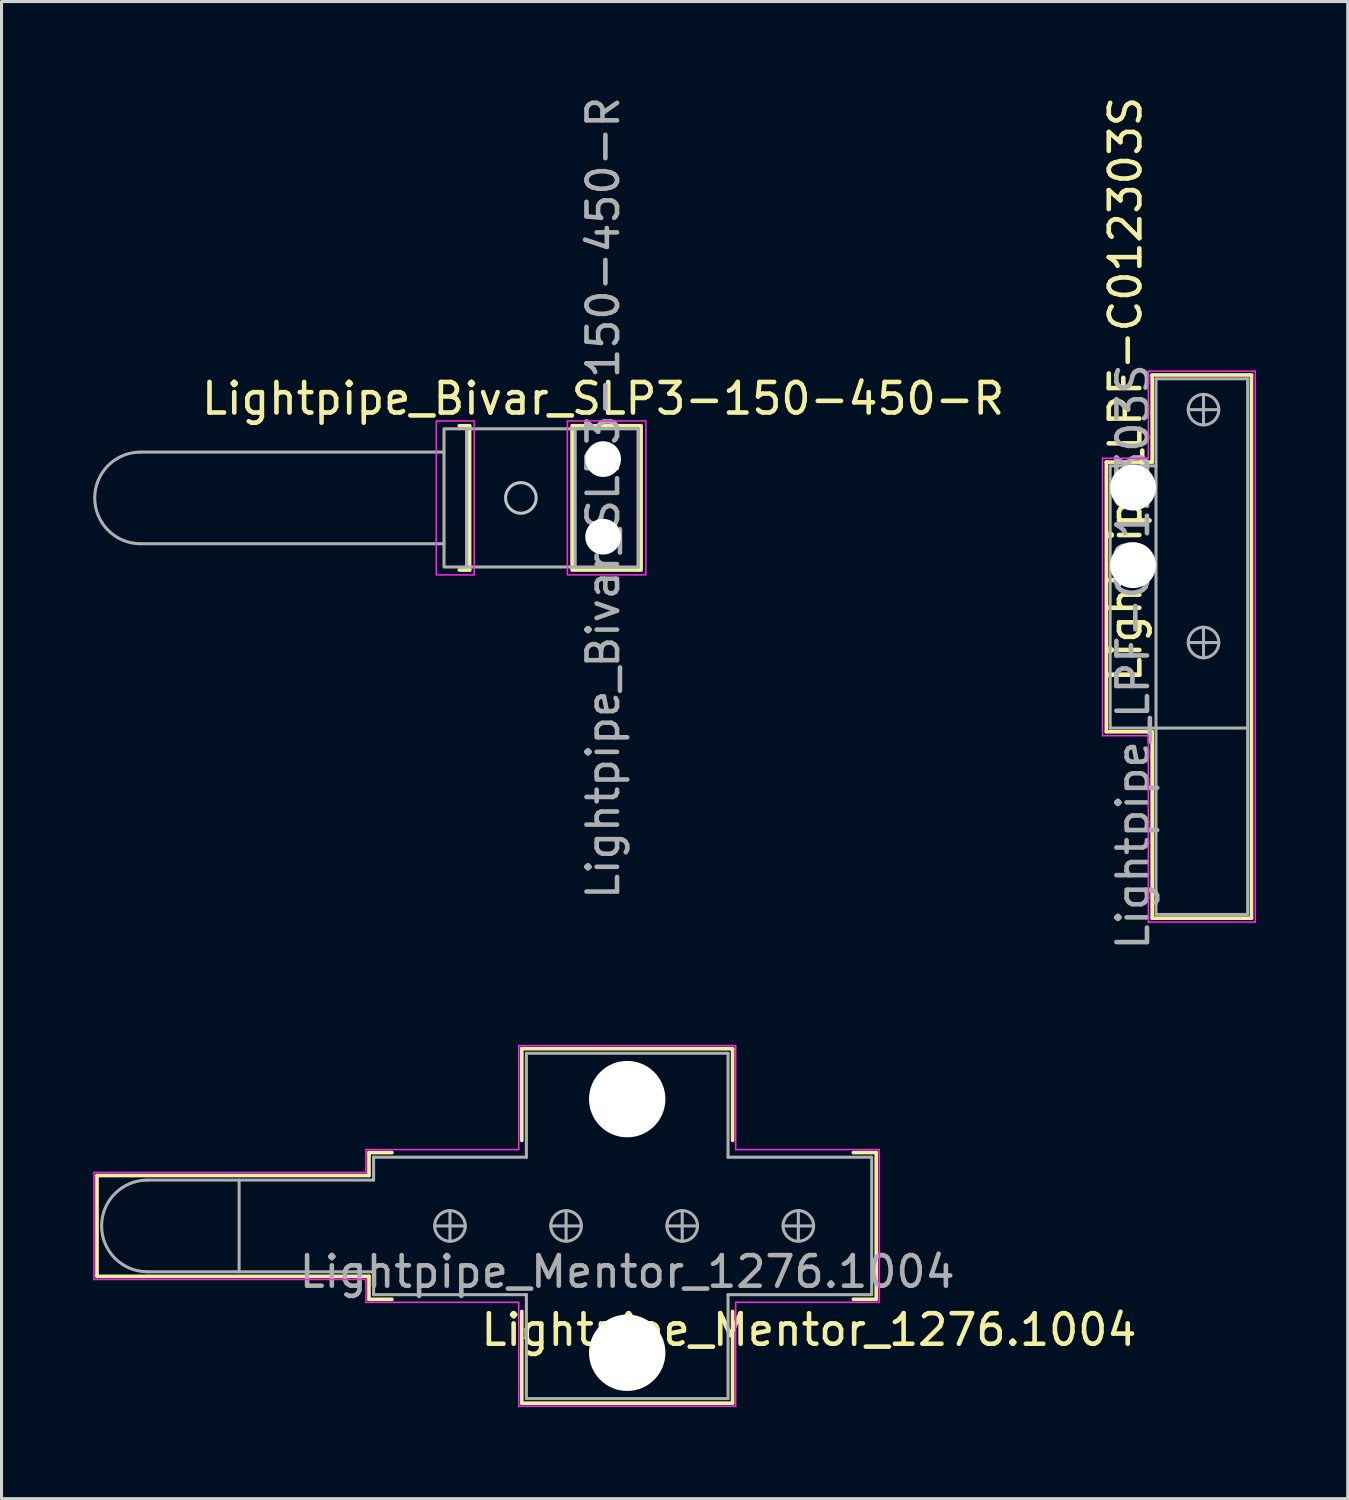
<source format=kicad_pcb>
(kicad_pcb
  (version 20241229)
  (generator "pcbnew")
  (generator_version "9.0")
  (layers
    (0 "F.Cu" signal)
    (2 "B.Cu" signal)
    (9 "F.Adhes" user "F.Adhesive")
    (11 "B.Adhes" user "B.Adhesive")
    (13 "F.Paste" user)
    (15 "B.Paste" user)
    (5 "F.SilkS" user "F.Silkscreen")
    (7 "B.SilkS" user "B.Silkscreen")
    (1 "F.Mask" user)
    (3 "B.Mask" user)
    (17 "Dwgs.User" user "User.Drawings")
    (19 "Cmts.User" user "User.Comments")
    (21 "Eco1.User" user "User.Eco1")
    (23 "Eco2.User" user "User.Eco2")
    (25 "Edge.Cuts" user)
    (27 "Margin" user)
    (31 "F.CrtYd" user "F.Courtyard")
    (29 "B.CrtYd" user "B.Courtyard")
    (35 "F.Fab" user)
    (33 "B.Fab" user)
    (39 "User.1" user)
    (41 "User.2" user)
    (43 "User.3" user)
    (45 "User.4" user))
  (footprint "Lightpipe_Mentor_1276.1004"
    (layer "F.Cu")
    (at 17.475 37.068)
    (property "Reference" "Lightpipe_Mentor_1276.1004" (at 5.95 3.4 0) (layer "F.SilkS") (effects (font (size 1 1) (thickness 0.15))))
    (attr through_hole)
    (fp_line (start -17.35 -1.65) (end -17.35 1.65) (stroke (width 0.12) (type solid)) (layer "F.SilkS"))
    (fp_line (start -17.35 1.65) (end -8.45 1.65) (stroke (width 0.12) (type solid)) (layer "F.SilkS"))
    (fp_line (start -8.45 -2.4) (end -8.45 -1.65) (stroke (width 0.12) (type solid)) (layer "F.SilkS"))
    (fp_line (start -8.45 -2.4) (end -7.7 -2.4) (stroke (width 0.12) (type solid)) (layer "F.SilkS"))
    (fp_line (start -8.45 -1.65) (end -17.35 -1.65) (stroke (width 0.12) (type solid)) (layer "F.SilkS"))
    (fp_line (start -8.45 1.65) (end -8.45 2.4) (stroke (width 0.12) (type solid)) (layer "F.SilkS"))
    (fp_line (start -7.7 2.4) (end -8.45 2.4) (stroke (width 0.12) (type solid)) (layer "F.SilkS"))
    (fp_line (start -3.45 -5.8) (end 3.45 -5.8) (stroke (width 0.12) (type solid)) (layer "F.SilkS"))
    (fp_line (start -3.45 -2.8) (end -3.45 -5.8) (stroke (width 0.12) (type solid)) (layer "F.SilkS"))
    (fp_line (start -3.45 5.8) (end -3.45 2.8) (stroke (width 0.12) (type solid)) (layer "F.SilkS"))
    (fp_line (start 3.45 -5.8) (end 3.45 -2.8) (stroke (width 0.12) (type solid)) (layer "F.SilkS"))
    (fp_line (start 3.45 2.8) (end 3.45 5.8) (stroke (width 0.12) (type solid)) (layer "F.SilkS"))
    (fp_line (start 3.45 5.8) (end -3.45 5.8) (stroke (width 0.12) (type solid)) (layer "F.SilkS"))
    (fp_line (start 7.4 -2.4) (end 8.15 -2.4) (stroke (width 0.12) (type solid)) (layer "F.SilkS"))
    (fp_line (start 8.15 -2.4) (end 8.15 2.4) (stroke (width 0.12) (type solid)) (layer "F.SilkS"))
    (fp_line (start 8.15 2.4) (end 7.4 2.4) (stroke (width 0.12) (type solid)) (layer "F.SilkS"))
    (fp_line (start -17.45 -1.75) (end -8.55 -1.75) (stroke (width 0.05) (type solid)) (layer "F.CrtYd"))
    (fp_line (start -17.45 1.75) (end -17.45 -1.75) (stroke (width 0.05) (type solid)) (layer "F.CrtYd"))
    (fp_line (start -8.55 -1.75) (end -8.55 -2.5) (stroke (width 0.05) (type solid)) (layer "F.CrtYd"))
    (fp_line (start -8.55 1.75) (end -17.45 1.75) (stroke (width 0.05) (type solid)) (layer "F.CrtYd"))
    (fp_line (start -8.55 2.5) (end -8.55 1.75) (stroke (width 0.05) (type solid)) (layer "F.CrtYd"))
    (fp_line (start -8.55 2.5) (end -3.55 2.5) (stroke (width 0.05) (type solid)) (layer "F.CrtYd"))
    (fp_line (start -3.55 -5.9) (end -3.55 -2.5) (stroke (width 0.05) (type solid)) (layer "F.CrtYd"))
    (fp_line (start -3.55 -2.5) (end -8.55 -2.5) (stroke (width 0.05) (type solid)) (layer "F.CrtYd"))
    (fp_line (start -3.55 2.5) (end -3.55 5.9) (stroke (width 0.05) (type solid)) (layer "F.CrtYd"))
    (fp_line (start -3.55 5.9) (end 3.55 5.9) (stroke (width 0.05) (type solid)) (layer "F.CrtYd"))
    (fp_line (start 3.55 -5.9) (end -3.55 -5.9) (stroke (width 0.05) (type solid)) (layer "F.CrtYd"))
    (fp_line (start 3.55 -2.5) (end 3.55 -5.9) (stroke (width 0.05) (type solid)) (layer "F.CrtYd"))
    (fp_line (start 3.55 2.5) (end 8.25 2.5) (stroke (width 0.05) (type solid)) (layer "F.CrtYd"))
    (fp_line (start 3.55 5.9) (end 3.55 2.5) (stroke (width 0.05) (type solid)) (layer "F.CrtYd"))
    (fp_line (start 8.25 -2.5) (end 3.55 -2.5) (stroke (width 0.05) (type solid)) (layer "F.CrtYd"))
    (fp_line (start 8.25 2.5) (end 8.25 -2.5) (stroke (width 0.05) (type solid)) (layer "F.CrtYd"))
    (fp_line (start -15.7 -1.5) (end -8.3 -1.5) (stroke (width 0.1) (type solid)) (layer "F.Fab"))
    (fp_line (start -15.7 1.5) (end -8.3 1.5) (stroke (width 0.1) (type solid)) (layer "F.Fab"))
    (fp_line (start -12.7 1.5) (end -12.7 -1.5) (stroke (width 0.1) (type solid)) (layer "F.Fab"))
    (fp_line (start -8.3 -2.25) (end -3.3 -2.25) (stroke (width 0.1) (type solid)) (layer "F.Fab"))
    (fp_line (start -8.3 -1.5) (end -8.3 -2.25) (stroke (width 0.1) (type solid)) (layer "F.Fab"))
    (fp_line (start -8.3 1.5) (end -8.3 2.25) (stroke (width 0.1) (type solid)) (layer "F.Fab"))
    (fp_line (start -8.3 2.25) (end -3.3 2.25) (stroke (width 0.1) (type solid)) (layer "F.Fab"))
    (fp_line (start -6.3 0) (end -5.3 0) (stroke (width 0.1) (type solid)) (layer "F.Fab"))
    (fp_line (start -5.8 -0.5) (end -5.8 0.5) (stroke (width 0.1) (type solid)) (layer "F.Fab"))
    (fp_line (start -3.3 -5.65) (end 3.3 -5.65) (stroke (width 0.1) (type solid)) (layer "F.Fab"))
    (fp_line (start -3.3 -2.25) (end -3.3 -5.65) (stroke (width 0.1) (type solid)) (layer "F.Fab"))
    (fp_line (start -3.3 5.65) (end -3.3 2.25) (stroke (width 0.1) (type solid)) (layer "F.Fab"))
    (fp_line (start -2.5 0) (end -1.5 0) (stroke (width 0.1) (type solid)) (layer "F.Fab"))
    (fp_line (start -2 -0.5) (end -2 0.5) (stroke (width 0.1) (type solid)) (layer "F.Fab"))
    (fp_line (start 1.3 0) (end 2.3 0) (stroke (width 0.1) (type solid)) (layer "F.Fab"))
    (fp_line (start 1.8 -0.5) (end 1.8 0.5) (stroke (width 0.1) (type solid)) (layer "F.Fab"))
    (fp_line (start 3.3 -5.65) (end 3.3 -2.25) (stroke (width 0.1) (type solid)) (layer "F.Fab"))
    (fp_line (start 3.3 -2.25) (end 8 -2.25) (stroke (width 0.1) (type solid)) (layer "F.Fab"))
    (fp_line (start 3.3 2.25) (end 3.3 5.65) (stroke (width 0.1) (type solid)) (layer "F.Fab"))
    (fp_line (start 3.3 5.65) (end -3.3 5.65) (stroke (width 0.1) (type solid)) (layer "F.Fab"))
    (fp_line (start 5.1 0) (end 6.1 0) (stroke (width 0.1) (type solid)) (layer "F.Fab"))
    (fp_line (start 5.6 -0.5) (end 5.6 0.5) (stroke (width 0.1) (type solid)) (layer "F.Fab"))
    (fp_line (start 8 -2.25) (end 8 2.25) (stroke (width 0.1) (type solid)) (layer "F.Fab"))
    (fp_line (start 8 2.25) (end 3.3 2.25) (stroke (width 0.1) (type solid)) (layer "F.Fab"))
    (fp_arc (start -15.7 1.5) (mid -17.2 0) (end -15.7 -1.5) (stroke (width 0.1) (type solid)) (layer "F.Fab"))
    (fp_circle (center -5.8 0) (end -5.8 0.5) (stroke (width 0.1) (type solid)) (fill no) (layer "F.Fab"))
    (fp_circle (center -2 0) (end -2 0.5) (stroke (width 0.1) (type solid)) (fill no) (layer "F.Fab"))
    (fp_circle (center 1.8 0) (end 1.8 0.5) (stroke (width 0.1) (type solid)) (fill no) (layer "F.Fab"))
    (fp_circle (center 5.6 0) (end 5.6 0.5) (stroke (width 0.1) (type solid)) (fill no) (layer "F.Fab"))
    (fp_text user "${REFERENCE}" (at 0 1.5 0) (layer "F.Fab") (effects (font (size 1 1) (thickness 0.15))))
    (pad "" np_thru_hole circle (at 0 -4.15) (size 2.5 2.5) (drill 2.5) (layers "*.Cu" "*.Mask"))
    (pad "" np_thru_hole circle (at 0 4.15) (size 2.5 2.5) (drill 2.5) (layers "*.Cu" "*.Mask")))
  (footprint "Lightpipe_LPF-C012303S"
    (layer "F.Cu")
    (at 34.029 15.446)
    (property "Reference" "Lightpipe_LPF-C012303S" (at -0.25 -5.75 270) (layer "F.SilkS") (effects (font (size 1 1) (thickness 0.15))))
    (attr through_hole)
    (fp_line (start -0.875 -3.375) (end -0.875 5.45) (stroke (width 0.12) (type solid)) (layer "F.SilkS"))
    (fp_line (start -0.875 5.45) (end 0.625 5.45) (stroke (width 0.12) (type solid)) (layer "F.SilkS"))
    (fp_line (start 0.625 -6.225) (end 0.625 -3.375) (stroke (width 0.12) (type solid)) (layer "F.SilkS"))
    (fp_line (start 0.625 -3.375) (end -0.875 -3.375) (stroke (width 0.12) (type solid)) (layer "F.SilkS"))
    (fp_line (start 0.625 5.45) (end 0.625 11.55) (stroke (width 0.12) (type solid)) (layer "F.SilkS"))
    (fp_line (start 0.625 11.55) (end 3.875 11.55) (stroke (width 0.12) (type solid)) (layer "F.SilkS"))
    (fp_line (start 3.875 -6.225) (end 0.625 -6.225) (stroke (width 0.12) (type solid)) (layer "F.SilkS"))
    (fp_line (start 3.875 11.55) (end 3.875 -6.225) (stroke (width 0.12) (type solid)) (layer "F.SilkS"))
    (fp_line (start -1 -3.5) (end -1 5.58) (stroke (width 0.05) (type solid)) (layer "F.CrtYd"))
    (fp_line (start -1 5.58) (end 0.5 5.58) (stroke (width 0.05) (type solid)) (layer "F.CrtYd"))
    (fp_line (start 0.5 -6.35) (end 0.5 -3.5) (stroke (width 0.05) (type solid)) (layer "F.CrtYd"))
    (fp_line (start 0.5 -3.5) (end -1 -3.5) (stroke (width 0.05) (type solid)) (layer "F.CrtYd"))
    (fp_line (start 0.5 5.58) (end 0.5 11.68) (stroke (width 0.05) (type solid)) (layer "F.CrtYd"))
    (fp_line (start 0.5 11.68) (end 4 11.68) (stroke (width 0.05) (type solid)) (layer "F.CrtYd"))
    (fp_line (start 4 -6.35) (end 0.5 -6.35) (stroke (width 0.05) (type solid)) (layer "F.CrtYd"))
    (fp_line (start 4 11.68) (end 4 -6.35) (stroke (width 0.05) (type solid)) (layer "F.CrtYd"))
    (fp_line (start -0.75 -3.25) (end -0.75 5.33) (stroke (width 0.1) (type solid)) (layer "F.Fab"))
    (fp_line (start -0.75 -3.25) (end 0.75 -3.25) (stroke (width 0.1) (type solid)) (layer "F.Fab"))
    (fp_line (start -0.75 5.33) (end 3.75 5.33) (stroke (width 0.1) (type solid)) (layer "F.Fab"))
    (fp_line (start 0.75 -6.1) (end 0.75 11.43) (stroke (width 0.1) (type solid)) (layer "F.Fab"))
    (fp_line (start 0.75 -6.1) (end 3.75 -6.1) (stroke (width 0.1) (type solid)) (layer "F.Fab"))
    (fp_line (start 0.75 11.43) (end 3.75 11.43) (stroke (width 0.1) (type solid)) (layer "F.Fab"))
    (fp_line (start 1.805 -5.09) (end 2.805 -5.09) (stroke (width 0.1) (type solid)) (layer "F.Fab"))
    (fp_line (start 1.805 2.53) (end 2.805 2.53) (stroke (width 0.1) (type solid)) (layer "F.Fab"))
    (fp_line (start 2.305 -4.59) (end 2.305 -5.59) (stroke (width 0.1) (type solid)) (layer "F.Fab"))
    (fp_line (start 2.305 3.03) (end 2.305 2.03) (stroke (width 0.1) (type solid)) (layer "F.Fab"))
    (fp_line (start 3.75 -6.1) (end 3.75 11.43) (stroke (width 0.1) (type solid)) (layer "F.Fab"))
    (fp_circle (center 2.305 -5.09) (end 2.805 -5.09) (stroke (width 0.1) (type solid)) (fill no) (layer "F.Fab"))
    (fp_circle (center 2.305 2.53) (end 2.805 2.53) (stroke (width 0.1) (type solid)) (fill no) (layer "F.Fab"))
    (fp_text user "${REFERENCE}" (at 0 3 90) (layer "F.Fab") (effects (font (size 1 1) (thickness 0.15))))
    (pad "" np_thru_hole circle (at 0 -2.54) (size 1.5 1.5) (drill 1.5) (layers "*.Cu" "*.Mask"))
    (pad "" np_thru_hole circle (at 0 0) (size 1.5 1.5) (drill 1.5) (layers "*.Cu" "*.Mask")))
  (footprint "Lightpipe_Bivar_SLP3-150-450-R"
    (layer "F.Cu")
    (at 16.687 13.244)
    (property "Reference" "Lightpipe_Bivar_SLP3-150-450-R" (at 0 -3.25 0) (layer "F.SilkS") (effects (font (size 1 1) (thickness 0.15))))
    (fp_line (start -4.707 -2.361) (end -4.37 -2.361) (stroke (width 0.12) (type default)) (layer "F.SilkS"))
    (fp_line (start -4.37 -2.361) (end -4.37 2.361) (stroke (width 0.12) (type default)) (layer "F.SilkS"))
    (fp_line (start -4.37 2.361) (end -4.707 2.361) (stroke (width 0.12) (type default)) (layer "F.SilkS"))
    (fp_rect (start -1.014 2.361) (end 1.243 -2.361) (stroke (width 0.12) (type solid)) (fill no) (layer "F.SilkS"))
    (fp_circle (center -2.692 0) (end -2.192 0) (stroke (width 0.1) (type solid)) (fill no) (layer "Dwgs.User"))
    (fp_rect (start -5.46 -2.52) (end -4.22 2.52) (stroke (width 0.05) (type solid)) (fill no) (layer "F.CrtYd"))
    (fp_rect (start -1.17 -2.52) (end 1.4 2.52) (stroke (width 0.05) (type solid)) (fill no) (layer "F.CrtYd"))
    (fp_line (start -15.137 -1.5) (end -5.207 -1.5) (stroke (width 0.1) (type solid)) (layer "F.Fab"))
    (fp_line (start -15.137 1.5) (end -5.207 1.5) (stroke (width 0.1) (type solid)) (layer "F.Fab"))
    (fp_line (start -4.47 -2.261) (end -0.914 -2.261) (stroke (width 0.1) (type solid)) (layer "F.Fab"))
    (fp_line (start -4.47 2.261) (end -0.914 2.261) (stroke (width 0.1) (type solid)) (layer "F.Fab"))
    (fp_rect (start -5.207 -2.261) (end -4.47 2.261) (stroke (width 0.1) (type solid)) (fill no) (layer "F.Fab"))
    (fp_rect (start -0.914 -2.261) (end 1.143 2.261) (stroke (width 0.1) (type solid)) (fill no) (layer "F.Fab"))
    (fp_arc (start -15.137 1.5) (mid -16.637 0) (end -15.137 -1.5) (stroke (width 0.1) (type solid)) (layer "F.Fab"))
    (fp_text user "${REFERENCE}" (at 0 0 90) (layer "F.Fab") (effects (font (size 1 1) (thickness 0.15))))
    (pad "" np_thru_hole circle (at 0 -1.27) (size 1.168 1.168) (drill 1.168) (layers "*.Cu" "*.Mask"))
    (pad "" np_thru_hole circle (at 0 1.27) (size 1.168 1.168) (drill 1.168) (layers "*.Cu" "*.Mask")))
  (gr_rect
    (start -3 -3)
    (end 41.054 45.993)
    (stroke (width 0.1) (type default))
    (fill no)
    (layer "Edge.Cuts")))
</source>
